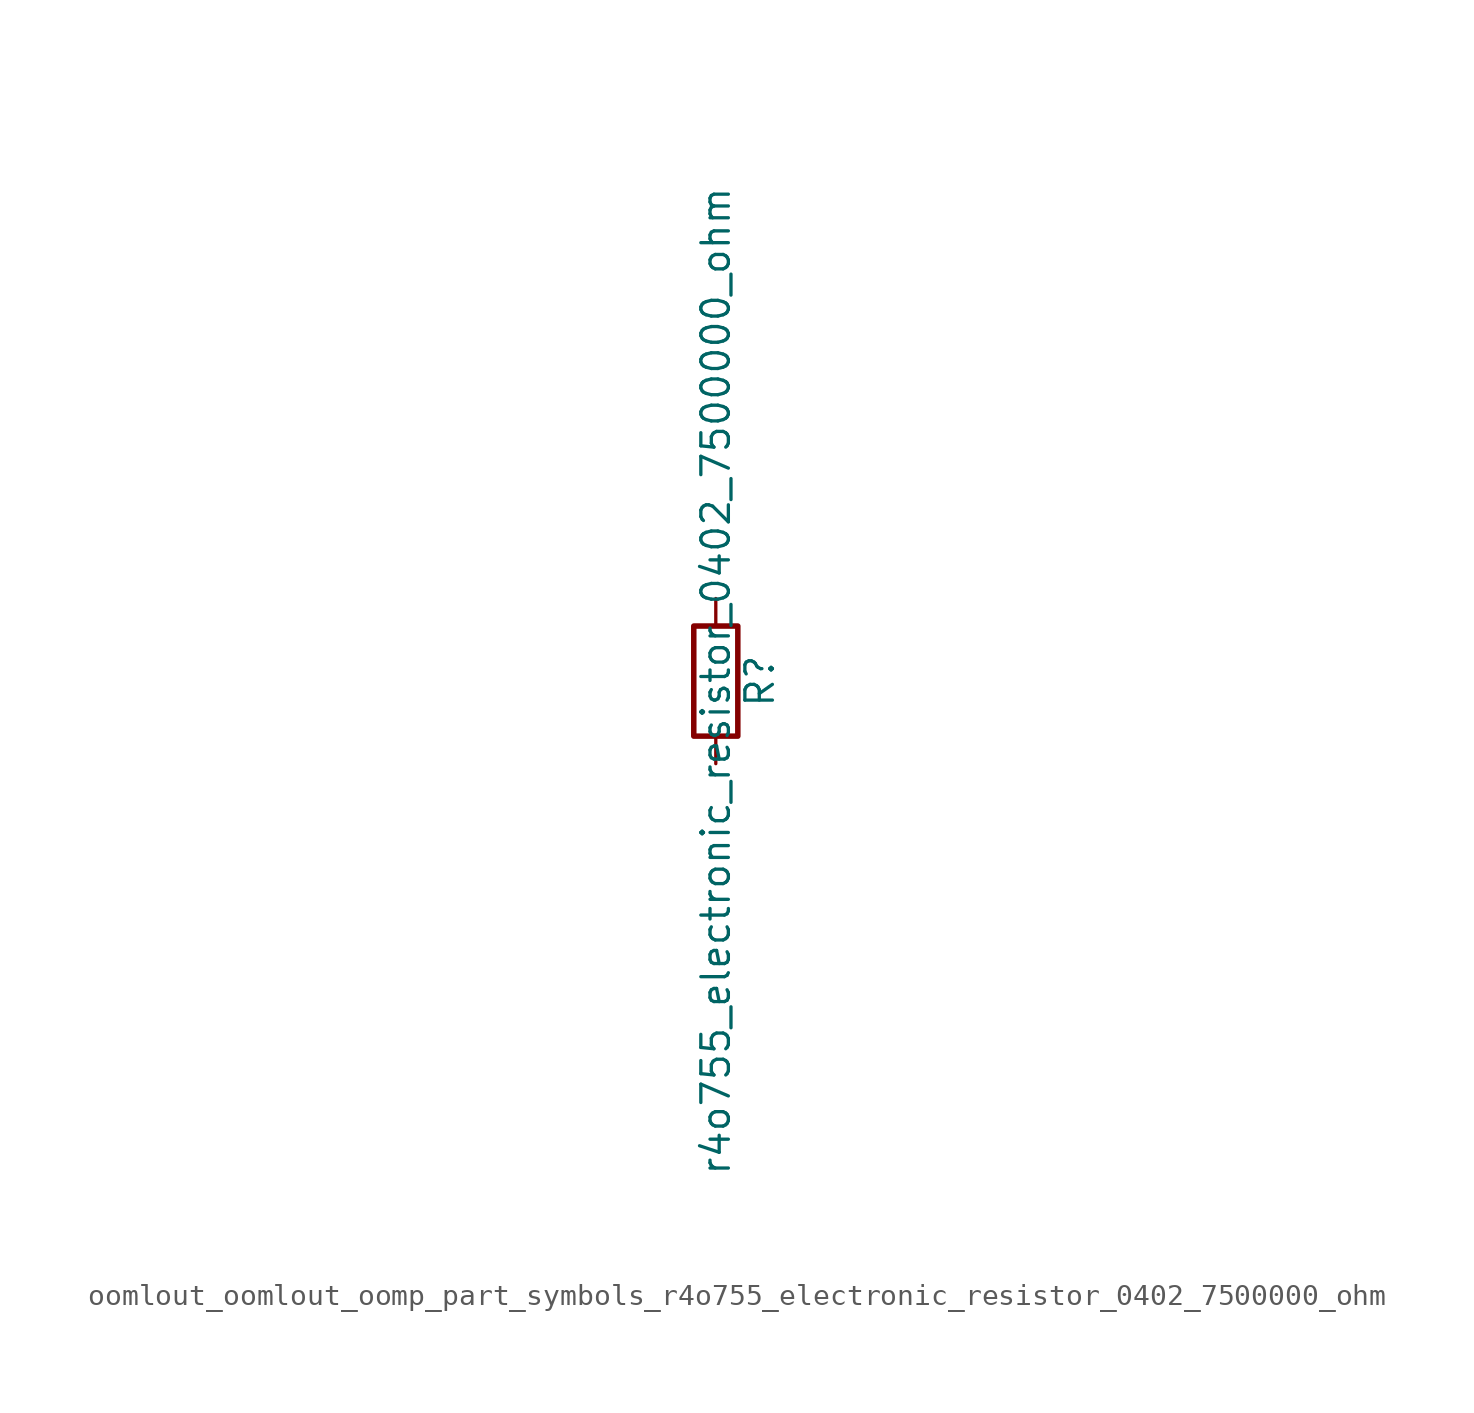
<source format=kicad_sym>
(kicad_symbol_lib
  (version 20220914)
  (generator kicad_symbol_editor)
  (symbol "oomlout_oomlout_oomp_part_symbols_r4o755_electronic_resistor_0402_7500000_ohm"
    (pin_numbers hide)
    (pin_names
      (offset 0))
    (property "Reference" "R"
      (at 2.032 0 90)
      (effects (font (size 1.27 1.27))))
    (property "Value" "r4o755_electronic_resistor_0402_7500000_ohm"
      (at 0 0 90)
      (effects (font (size 1.27 1.27))))
    (symbol "oomlout_oomlout_oomp_part_symbols_r4o755_electronic_resistor_0402_7500000_ohm_0_1"
      (rectangle (start -1.016 -2.54) (end 1.016 2.54) (stroke (width 0.254) (type default)) (fill (type none))))
    (symbol "oomlout_oomlout_oomp_part_symbols_r4o755_electronic_resistor_0402_7500000_ohm_1_1"
      (pin passive line (at 0 3.81 270) (length 1.27) (name "~" (effects (font (size 1.27 1.27)))) (number "1" (effects (font (size 1.27 1.27)))))
      (pin passive line (at 0 -3.81 90) (length 1.27) (name "~" (effects (font (size 1.27 1.27)))) (number "2" (effects (font (size 1.27 1.27))))))))
</source>
